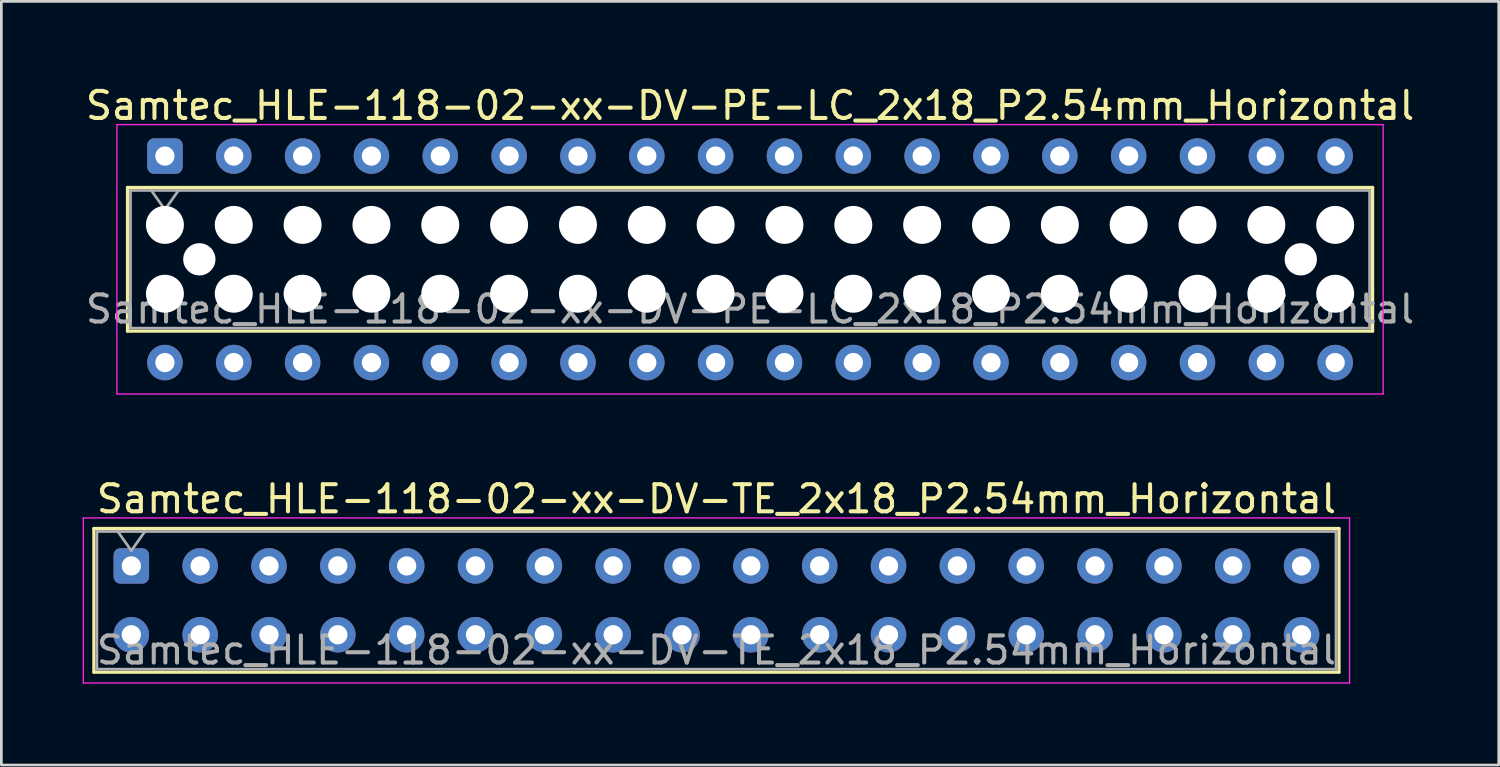
<source format=kicad_pcb>
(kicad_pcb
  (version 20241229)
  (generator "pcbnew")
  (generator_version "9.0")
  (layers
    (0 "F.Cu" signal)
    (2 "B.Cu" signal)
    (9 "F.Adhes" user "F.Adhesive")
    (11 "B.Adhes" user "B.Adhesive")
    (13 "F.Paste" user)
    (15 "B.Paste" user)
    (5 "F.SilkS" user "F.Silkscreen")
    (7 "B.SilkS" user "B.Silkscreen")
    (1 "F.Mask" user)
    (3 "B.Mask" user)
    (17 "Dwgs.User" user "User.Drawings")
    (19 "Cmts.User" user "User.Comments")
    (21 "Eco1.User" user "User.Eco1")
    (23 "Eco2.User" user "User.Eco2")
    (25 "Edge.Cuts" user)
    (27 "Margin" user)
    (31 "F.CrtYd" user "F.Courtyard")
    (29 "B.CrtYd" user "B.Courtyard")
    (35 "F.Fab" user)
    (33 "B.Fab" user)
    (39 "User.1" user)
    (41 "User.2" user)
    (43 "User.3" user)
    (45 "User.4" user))
  (footprint "Samtec_HLE-118-02-xx-DV-PE-LC_2x18_P2.54mm_Horizontal"
    (layer "F.Cu")
    (at 3.035 2.708)
    (property "Reference" "Samtec_HLE-118-02-xx-DV-PE-LC_2x18_P2.54mm_Horizontal" (at 21.59 -1.86 0) (layer "F.SilkS") (effects (font (size 1 1) (thickness 0.15))))
    (attr through_hole)
    (fp_line (start -1.38 1.16) (end 44.56 1.16) (stroke (width 0.12) (type solid)) (layer "F.SilkS"))
    (fp_line (start -1.38 6.46) (end -1.38 1.16) (stroke (width 0.12) (type solid)) (layer "F.SilkS"))
    (fp_line (start 44.56 1.16) (end 44.56 6.46) (stroke (width 0.12) (type solid)) (layer "F.SilkS"))
    (fp_line (start 44.56 6.46) (end -1.38 6.46) (stroke (width 0.12) (type solid)) (layer "F.SilkS"))
    (fp_line (start -1.77 -1.16) (end 44.95 -1.16) (stroke (width 0.05) (type solid)) (layer "F.CrtYd"))
    (fp_line (start -1.77 8.78) (end -1.77 -1.16) (stroke (width 0.05) (type solid)) (layer "F.CrtYd"))
    (fp_line (start 44.95 -1.16) (end 44.95 8.78) (stroke (width 0.05) (type solid)) (layer "F.CrtYd"))
    (fp_line (start 44.95 8.78) (end -1.77 8.78) (stroke (width 0.05) (type solid)) (layer "F.CrtYd"))
    (fp_line (start -1.27 1.27) (end 44.45 1.27) (stroke (width 0.1) (type solid)) (layer "F.Fab"))
    (fp_line (start -1.27 6.35) (end -1.27 1.27) (stroke (width 0.1) (type solid)) (layer "F.Fab"))
    (fp_line (start -0.5 1.27) (end 0 1.977) (stroke (width 0.1) (type solid)) (layer "F.Fab"))
    (fp_line (start 0 1.977) (end 0.5 1.27) (stroke (width 0.1) (type solid)) (layer "F.Fab"))
    (fp_line (start 44.45 1.27) (end 44.45 6.35) (stroke (width 0.1) (type solid)) (layer "F.Fab"))
    (fp_line (start 44.45 6.35) (end -1.27 6.35) (stroke (width 0.1) (type solid)) (layer "F.Fab"))
    (fp_text user "${REFERENCE}" (at 21.59 5.65 0) (layer "F.Fab") (effects (font (size 1 1) (thickness 0.15))))
    (pad "" np_thru_hole circle (at 0 2.54) (size 1.4 1.4) (drill 1.4) (layers "*.Cu" "*.Mask"))
    (pad "" np_thru_hole circle (at 0 5.08) (size 1.4 1.4) (drill 1.4) (layers "*.Cu" "*.Mask"))
    (pad "" np_thru_hole circle (at 1.27 3.81) (size 1.19 1.19) (drill 1.19) (layers "*.Cu" "*.Mask"))
    (pad "" np_thru_hole circle (at 2.54 2.54) (size 1.4 1.4) (drill 1.4) (layers "*.Cu" "*.Mask"))
    (pad "" np_thru_hole circle (at 2.54 5.08) (size 1.4 1.4) (drill 1.4) (layers "*.Cu" "*.Mask"))
    (pad "" np_thru_hole circle (at 5.08 2.54) (size 1.4 1.4) (drill 1.4) (layers "*.Cu" "*.Mask"))
    (pad "" np_thru_hole circle (at 5.08 5.08) (size 1.4 1.4) (drill 1.4) (layers "*.Cu" "*.Mask"))
    (pad "" np_thru_hole circle (at 7.62 2.54) (size 1.4 1.4) (drill 1.4) (layers "*.Cu" "*.Mask"))
    (pad "" np_thru_hole circle (at 7.62 5.08) (size 1.4 1.4) (drill 1.4) (layers "*.Cu" "*.Mask"))
    (pad "" np_thru_hole circle (at 10.16 2.54) (size 1.4 1.4) (drill 1.4) (layers "*.Cu" "*.Mask"))
    (pad "" np_thru_hole circle (at 10.16 5.08) (size 1.4 1.4) (drill 1.4) (layers "*.Cu" "*.Mask"))
    (pad "" np_thru_hole circle (at 12.7 2.54) (size 1.4 1.4) (drill 1.4) (layers "*.Cu" "*.Mask"))
    (pad "" np_thru_hole circle (at 12.7 5.08) (size 1.4 1.4) (drill 1.4) (layers "*.Cu" "*.Mask"))
    (pad "" np_thru_hole circle (at 15.24 2.54) (size 1.4 1.4) (drill 1.4) (layers "*.Cu" "*.Mask"))
    (pad "" np_thru_hole circle (at 15.24 5.08) (size 1.4 1.4) (drill 1.4) (layers "*.Cu" "*.Mask"))
    (pad "" np_thru_hole circle (at 17.78 2.54) (size 1.4 1.4) (drill 1.4) (layers "*.Cu" "*.Mask"))
    (pad "" np_thru_hole circle (at 17.78 5.08) (size 1.4 1.4) (drill 1.4) (layers "*.Cu" "*.Mask"))
    (pad "" np_thru_hole circle (at 20.32 2.54) (size 1.4 1.4) (drill 1.4) (layers "*.Cu" "*.Mask"))
    (pad "" np_thru_hole circle (at 20.32 5.08) (size 1.4 1.4) (drill 1.4) (layers "*.Cu" "*.Mask"))
    (pad "" np_thru_hole circle (at 22.86 2.54) (size 1.4 1.4) (drill 1.4) (layers "*.Cu" "*.Mask"))
    (pad "" np_thru_hole circle (at 22.86 5.08) (size 1.4 1.4) (drill 1.4) (layers "*.Cu" "*.Mask"))
    (pad "" np_thru_hole circle (at 25.4 2.54) (size 1.4 1.4) (drill 1.4) (layers "*.Cu" "*.Mask"))
    (pad "" np_thru_hole circle (at 25.4 5.08) (size 1.4 1.4) (drill 1.4) (layers "*.Cu" "*.Mask"))
    (pad "" np_thru_hole circle (at 27.94 2.54) (size 1.4 1.4) (drill 1.4) (layers "*.Cu" "*.Mask"))
    (pad "" np_thru_hole circle (at 27.94 5.08) (size 1.4 1.4) (drill 1.4) (layers "*.Cu" "*.Mask"))
    (pad "" np_thru_hole circle (at 30.48 2.54) (size 1.4 1.4) (drill 1.4) (layers "*.Cu" "*.Mask"))
    (pad "" np_thru_hole circle (at 30.48 5.08) (size 1.4 1.4) (drill 1.4) (layers "*.Cu" "*.Mask"))
    (pad "" np_thru_hole circle (at 33.02 2.54) (size 1.4 1.4) (drill 1.4) (layers "*.Cu" "*.Mask"))
    (pad "" np_thru_hole circle (at 33.02 5.08) (size 1.4 1.4) (drill 1.4) (layers "*.Cu" "*.Mask"))
    (pad "" np_thru_hole circle (at 35.56 2.54) (size 1.4 1.4) (drill 1.4) (layers "*.Cu" "*.Mask"))
    (pad "" np_thru_hole circle (at 35.56 5.08) (size 1.4 1.4) (drill 1.4) (layers "*.Cu" "*.Mask"))
    (pad "" np_thru_hole circle (at 38.1 2.54) (size 1.4 1.4) (drill 1.4) (layers "*.Cu" "*.Mask"))
    (pad "" np_thru_hole circle (at 38.1 5.08) (size 1.4 1.4) (drill 1.4) (layers "*.Cu" "*.Mask"))
    (pad "" np_thru_hole circle (at 40.64 2.54) (size 1.4 1.4) (drill 1.4) (layers "*.Cu" "*.Mask"))
    (pad "" np_thru_hole circle (at 40.64 5.08) (size 1.4 1.4) (drill 1.4) (layers "*.Cu" "*.Mask"))
    (pad "" np_thru_hole circle (at 41.91 3.81) (size 1.19 1.19) (drill 1.19) (layers "*.Cu" "*.Mask"))
    (pad "" np_thru_hole circle (at 43.18 2.54) (size 1.4 1.4) (drill 1.4) (layers "*.Cu" "*.Mask"))
    (pad "" np_thru_hole circle (at 43.18 5.08) (size 1.4 1.4) (drill 1.4) (layers "*.Cu" "*.Mask"))
    (pad "1" thru_hole roundrect (at 0 0) (size 1.31 1.31) (drill 0.71) (layers "*.Cu" "*.Mask") (roundrect_rratio 0.191))
    (pad "2" thru_hole circle (at 0 7.62) (size 1.31 1.31) (drill 0.71) (layers "*.Cu" "*.Mask"))
    (pad "3" thru_hole circle (at 2.54 0) (size 1.31 1.31) (drill 0.71) (layers "*.Cu" "*.Mask"))
    (pad "4" thru_hole circle (at 2.54 7.62) (size 1.31 1.31) (drill 0.71) (layers "*.Cu" "*.Mask"))
    (pad "5" thru_hole circle (at 5.08 0) (size 1.31 1.31) (drill 0.71) (layers "*.Cu" "*.Mask"))
    (pad "6" thru_hole circle (at 5.08 7.62) (size 1.31 1.31) (drill 0.71) (layers "*.Cu" "*.Mask"))
    (pad "7" thru_hole circle (at 7.62 0) (size 1.31 1.31) (drill 0.71) (layers "*.Cu" "*.Mask"))
    (pad "8" thru_hole circle (at 7.62 7.62) (size 1.31 1.31) (drill 0.71) (layers "*.Cu" "*.Mask"))
    (pad "9" thru_hole circle (at 10.16 0) (size 1.31 1.31) (drill 0.71) (layers "*.Cu" "*.Mask"))
    (pad "10" thru_hole circle (at 10.16 7.62) (size 1.31 1.31) (drill 0.71) (layers "*.Cu" "*.Mask"))
    (pad "11" thru_hole circle (at 12.7 0) (size 1.31 1.31) (drill 0.71) (layers "*.Cu" "*.Mask"))
    (pad "12" thru_hole circle (at 12.7 7.62) (size 1.31 1.31) (drill 0.71) (layers "*.Cu" "*.Mask"))
    (pad "13" thru_hole circle (at 15.24 0) (size 1.31 1.31) (drill 0.71) (layers "*.Cu" "*.Mask"))
    (pad "14" thru_hole circle (at 15.24 7.62) (size 1.31 1.31) (drill 0.71) (layers "*.Cu" "*.Mask"))
    (pad "15" thru_hole circle (at 17.78 0) (size 1.31 1.31) (drill 0.71) (layers "*.Cu" "*.Mask"))
    (pad "16" thru_hole circle (at 17.78 7.62) (size 1.31 1.31) (drill 0.71) (layers "*.Cu" "*.Mask"))
    (pad "17" thru_hole circle (at 20.32 0) (size 1.31 1.31) (drill 0.71) (layers "*.Cu" "*.Mask"))
    (pad "18" thru_hole circle (at 20.32 7.62) (size 1.31 1.31) (drill 0.71) (layers "*.Cu" "*.Mask"))
    (pad "19" thru_hole circle (at 22.86 0) (size 1.31 1.31) (drill 0.71) (layers "*.Cu" "*.Mask"))
    (pad "20" thru_hole circle (at 22.86 7.62) (size 1.31 1.31) (drill 0.71) (layers "*.Cu" "*.Mask"))
    (pad "21" thru_hole circle (at 25.4 0) (size 1.31 1.31) (drill 0.71) (layers "*.Cu" "*.Mask"))
    (pad "22" thru_hole circle (at 25.4 7.62) (size 1.31 1.31) (drill 0.71) (layers "*.Cu" "*.Mask"))
    (pad "23" thru_hole circle (at 27.94 0) (size 1.31 1.31) (drill 0.71) (layers "*.Cu" "*.Mask"))
    (pad "24" thru_hole circle (at 27.94 7.62) (size 1.31 1.31) (drill 0.71) (layers "*.Cu" "*.Mask"))
    (pad "25" thru_hole circle (at 30.48 0) (size 1.31 1.31) (drill 0.71) (layers "*.Cu" "*.Mask"))
    (pad "26" thru_hole circle (at 30.48 7.62) (size 1.31 1.31) (drill 0.71) (layers "*.Cu" "*.Mask"))
    (pad "27" thru_hole circle (at 33.02 0) (size 1.31 1.31) (drill 0.71) (layers "*.Cu" "*.Mask"))
    (pad "28" thru_hole circle (at 33.02 7.62) (size 1.31 1.31) (drill 0.71) (layers "*.Cu" "*.Mask"))
    (pad "29" thru_hole circle (at 35.56 0) (size 1.31 1.31) (drill 0.71) (layers "*.Cu" "*.Mask"))
    (pad "30" thru_hole circle (at 35.56 7.62) (size 1.31 1.31) (drill 0.71) (layers "*.Cu" "*.Mask"))
    (pad "31" thru_hole circle (at 38.1 0) (size 1.31 1.31) (drill 0.71) (layers "*.Cu" "*.Mask"))
    (pad "32" thru_hole circle (at 38.1 7.62) (size 1.31 1.31) (drill 0.71) (layers "*.Cu" "*.Mask"))
    (pad "33" thru_hole circle (at 40.64 0) (size 1.31 1.31) (drill 0.71) (layers "*.Cu" "*.Mask"))
    (pad "34" thru_hole circle (at 40.64 7.62) (size 1.31 1.31) (drill 0.71) (layers "*.Cu" "*.Mask"))
    (pad "35" thru_hole circle (at 43.18 0) (size 1.31 1.31) (drill 0.71) (layers "*.Cu" "*.Mask"))
    (pad "36" thru_hole circle (at 43.18 7.62) (size 1.31 1.31) (drill 0.71) (layers "*.Cu" "*.Mask")))
  (footprint "Samtec_HLE-118-02-xx-DV-TE_2x18_P2.54mm_Horizontal"
    (layer "F.Cu")
    (at 1.795 17.831)
    (property "Reference" "Samtec_HLE-118-02-xx-DV-TE_2x18_P2.54mm_Horizontal" (at 21.59 -2.47 0) (layer "F.SilkS") (effects (font (size 1 1) (thickness 0.15))))
    (attr through_hole)
    (fp_line (start -1.38 -1.38) (end 44.56 -1.38) (stroke (width 0.12) (type solid)) (layer "F.SilkS"))
    (fp_line (start -1.38 3.92) (end -1.38 -1.38) (stroke (width 0.12) (type solid)) (layer "F.SilkS"))
    (fp_line (start 44.56 -1.38) (end 44.56 3.92) (stroke (width 0.12) (type solid)) (layer "F.SilkS"))
    (fp_line (start 44.56 3.92) (end -1.38 3.92) (stroke (width 0.12) (type solid)) (layer "F.SilkS"))
    (fp_line (start -1.77 -1.77) (end 44.95 -1.77) (stroke (width 0.05) (type solid)) (layer "F.CrtYd"))
    (fp_line (start -1.77 4.32) (end -1.77 -1.77) (stroke (width 0.05) (type solid)) (layer "F.CrtYd"))
    (fp_line (start 44.95 -1.77) (end 44.95 4.32) (stroke (width 0.05) (type solid)) (layer "F.CrtYd"))
    (fp_line (start 44.95 4.32) (end -1.77 4.32) (stroke (width 0.05) (type solid)) (layer "F.CrtYd"))
    (fp_line (start -1.27 -1.27) (end 44.45 -1.27) (stroke (width 0.1) (type solid)) (layer "F.Fab"))
    (fp_line (start -1.27 3.81) (end -1.27 -1.27) (stroke (width 0.1) (type solid)) (layer "F.Fab"))
    (fp_line (start -0.5 -1.27) (end 0 -0.563) (stroke (width 0.1) (type solid)) (layer "F.Fab"))
    (fp_line (start 0 -0.563) (end 0.5 -1.27) (stroke (width 0.1) (type solid)) (layer "F.Fab"))
    (fp_line (start 44.45 -1.27) (end 44.45 3.81) (stroke (width 0.1) (type solid)) (layer "F.Fab"))
    (fp_line (start 44.45 3.81) (end -1.27 3.81) (stroke (width 0.1) (type solid)) (layer "F.Fab"))
    (fp_text user "${REFERENCE}" (at 21.59 3.11 0) (layer "F.Fab") (effects (font (size 1 1) (thickness 0.15))))
    (pad "1" thru_hole roundrect (at 0 0) (size 1.31 1.31) (drill 0.71) (layers "*.Cu" "*.Mask") (roundrect_rratio 0.191))
    (pad "2" thru_hole circle (at 0 2.54) (size 1.31 1.31) (drill 0.71) (layers "*.Cu" "*.Mask"))
    (pad "3" thru_hole circle (at 2.54 0) (size 1.31 1.31) (drill 0.71) (layers "*.Cu" "*.Mask"))
    (pad "4" thru_hole circle (at 2.54 2.54) (size 1.31 1.31) (drill 0.71) (layers "*.Cu" "*.Mask"))
    (pad "5" thru_hole circle (at 5.08 0) (size 1.31 1.31) (drill 0.71) (layers "*.Cu" "*.Mask"))
    (pad "6" thru_hole circle (at 5.08 2.54) (size 1.31 1.31) (drill 0.71) (layers "*.Cu" "*.Mask"))
    (pad "7" thru_hole circle (at 7.62 0) (size 1.31 1.31) (drill 0.71) (layers "*.Cu" "*.Mask"))
    (pad "8" thru_hole circle (at 7.62 2.54) (size 1.31 1.31) (drill 0.71) (layers "*.Cu" "*.Mask"))
    (pad "9" thru_hole circle (at 10.16 0) (size 1.31 1.31) (drill 0.71) (layers "*.Cu" "*.Mask"))
    (pad "10" thru_hole circle (at 10.16 2.54) (size 1.31 1.31) (drill 0.71) (layers "*.Cu" "*.Mask"))
    (pad "11" thru_hole circle (at 12.7 0) (size 1.31 1.31) (drill 0.71) (layers "*.Cu" "*.Mask"))
    (pad "12" thru_hole circle (at 12.7 2.54) (size 1.31 1.31) (drill 0.71) (layers "*.Cu" "*.Mask"))
    (pad "13" thru_hole circle (at 15.24 0) (size 1.31 1.31) (drill 0.71) (layers "*.Cu" "*.Mask"))
    (pad "14" thru_hole circle (at 15.24 2.54) (size 1.31 1.31) (drill 0.71) (layers "*.Cu" "*.Mask"))
    (pad "15" thru_hole circle (at 17.78 0) (size 1.31 1.31) (drill 0.71) (layers "*.Cu" "*.Mask"))
    (pad "16" thru_hole circle (at 17.78 2.54) (size 1.31 1.31) (drill 0.71) (layers "*.Cu" "*.Mask"))
    (pad "17" thru_hole circle (at 20.32 0) (size 1.31 1.31) (drill 0.71) (layers "*.Cu" "*.Mask"))
    (pad "18" thru_hole circle (at 20.32 2.54) (size 1.31 1.31) (drill 0.71) (layers "*.Cu" "*.Mask"))
    (pad "19" thru_hole circle (at 22.86 0) (size 1.31 1.31) (drill 0.71) (layers "*.Cu" "*.Mask"))
    (pad "20" thru_hole circle (at 22.86 2.54) (size 1.31 1.31) (drill 0.71) (layers "*.Cu" "*.Mask"))
    (pad "21" thru_hole circle (at 25.4 0) (size 1.31 1.31) (drill 0.71) (layers "*.Cu" "*.Mask"))
    (pad "22" thru_hole circle (at 25.4 2.54) (size 1.31 1.31) (drill 0.71) (layers "*.Cu" "*.Mask"))
    (pad "23" thru_hole circle (at 27.94 0) (size 1.31 1.31) (drill 0.71) (layers "*.Cu" "*.Mask"))
    (pad "24" thru_hole circle (at 27.94 2.54) (size 1.31 1.31) (drill 0.71) (layers "*.Cu" "*.Mask"))
    (pad "25" thru_hole circle (at 30.48 0) (size 1.31 1.31) (drill 0.71) (layers "*.Cu" "*.Mask"))
    (pad "26" thru_hole circle (at 30.48 2.54) (size 1.31 1.31) (drill 0.71) (layers "*.Cu" "*.Mask"))
    (pad "27" thru_hole circle (at 33.02 0) (size 1.31 1.31) (drill 0.71) (layers "*.Cu" "*.Mask"))
    (pad "28" thru_hole circle (at 33.02 2.54) (size 1.31 1.31) (drill 0.71) (layers "*.Cu" "*.Mask"))
    (pad "29" thru_hole circle (at 35.56 0) (size 1.31 1.31) (drill 0.71) (layers "*.Cu" "*.Mask"))
    (pad "30" thru_hole circle (at 35.56 2.54) (size 1.31 1.31) (drill 0.71) (layers "*.Cu" "*.Mask"))
    (pad "31" thru_hole circle (at 38.1 0) (size 1.31 1.31) (drill 0.71) (layers "*.Cu" "*.Mask"))
    (pad "32" thru_hole circle (at 38.1 2.54) (size 1.31 1.31) (drill 0.71) (layers "*.Cu" "*.Mask"))
    (pad "33" thru_hole circle (at 40.64 0) (size 1.31 1.31) (drill 0.71) (layers "*.Cu" "*.Mask"))
    (pad "34" thru_hole circle (at 40.64 2.54) (size 1.31 1.31) (drill 0.71) (layers "*.Cu" "*.Mask"))
    (pad "35" thru_hole circle (at 43.18 0) (size 1.31 1.31) (drill 0.71) (layers "*.Cu" "*.Mask"))
    (pad "36" thru_hole circle (at 43.18 2.54) (size 1.31 1.31) (drill 0.71) (layers "*.Cu" "*.Mask")))
  (gr_rect
    (start -3 -3)
    (end 52.25 25.177)
    (stroke (width 0.1) (type default))
    (fill no)
    (layer "Edge.Cuts")))
</source>
